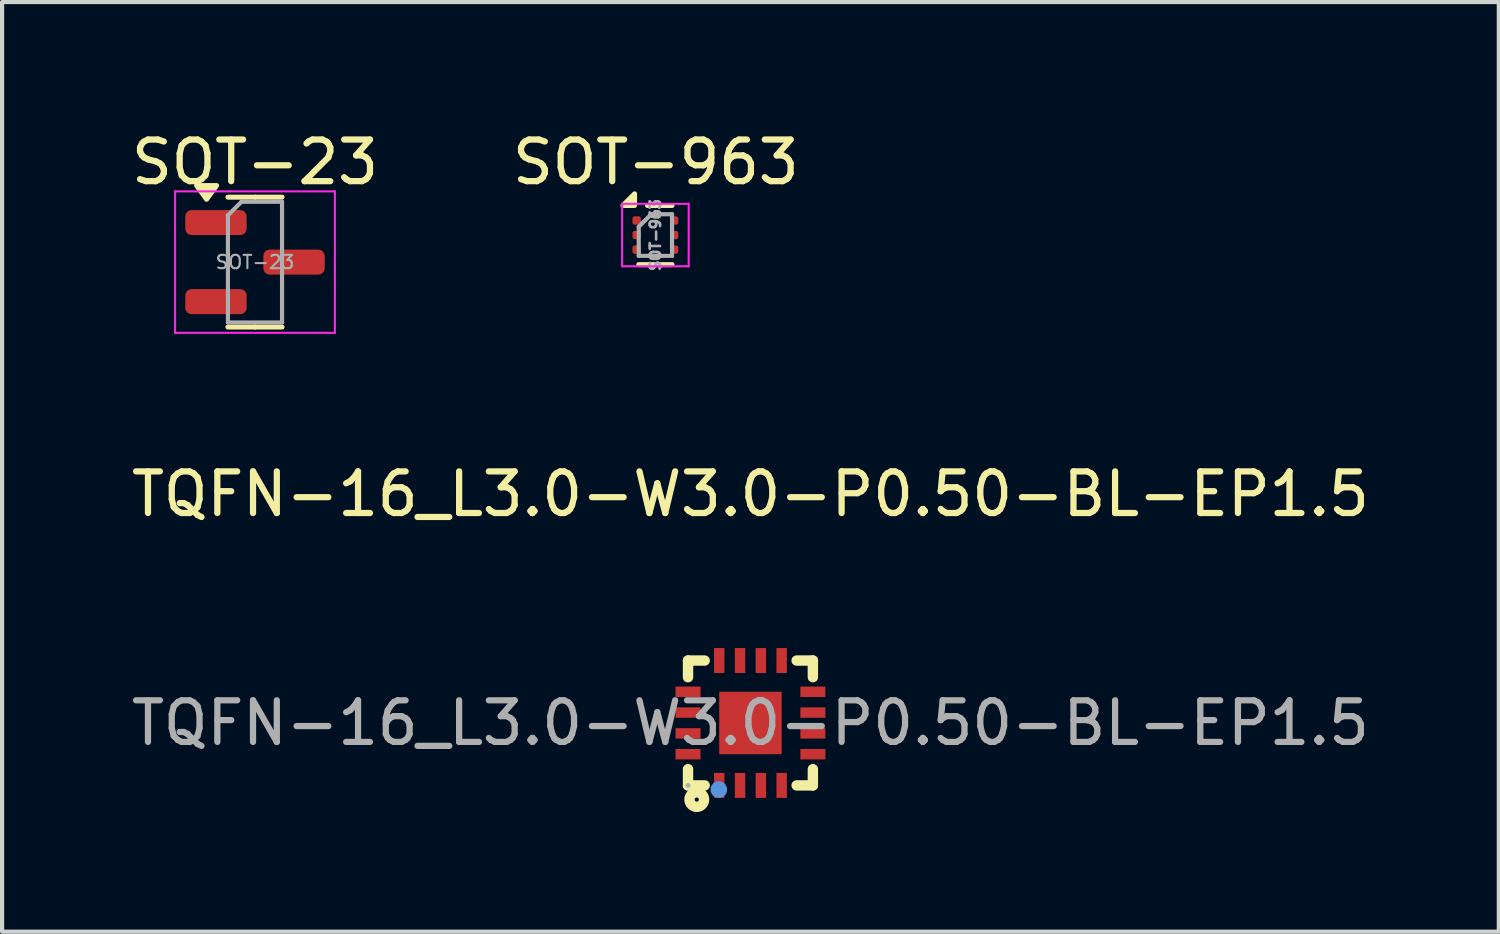
<source format=kicad_pcb>
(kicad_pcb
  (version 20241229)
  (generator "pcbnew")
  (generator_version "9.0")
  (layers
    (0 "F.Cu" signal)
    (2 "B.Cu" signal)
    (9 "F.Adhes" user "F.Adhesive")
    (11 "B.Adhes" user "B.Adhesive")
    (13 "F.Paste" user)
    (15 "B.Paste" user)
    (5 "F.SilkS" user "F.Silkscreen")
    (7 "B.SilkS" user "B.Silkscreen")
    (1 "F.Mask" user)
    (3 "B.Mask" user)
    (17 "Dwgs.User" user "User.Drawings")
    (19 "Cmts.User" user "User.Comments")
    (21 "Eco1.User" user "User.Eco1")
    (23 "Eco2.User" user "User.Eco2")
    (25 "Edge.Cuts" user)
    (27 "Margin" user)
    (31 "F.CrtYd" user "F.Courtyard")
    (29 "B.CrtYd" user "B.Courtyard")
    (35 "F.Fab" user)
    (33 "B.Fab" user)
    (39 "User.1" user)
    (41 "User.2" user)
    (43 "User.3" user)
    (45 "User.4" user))
  (footprint "SOT-963"
    (layer "F.Cu")
    (at 12.698 2.598)
    (property "Reference" "SOT-963" (at 0.01 -1.75 180) (layer "F.SilkS") (effects (font (size 1 1) (thickness 0.15))))
    (attr smd)
    (fp_line (start 0.4 -0.71) (end -0.19 -0.71) (stroke (width 0.12) (type solid)) (layer "F.SilkS"))
    (fp_line (start 0.4 0.71) (end -0.4 0.71) (stroke (width 0.12) (type solid)) (layer "F.SilkS"))
    (fp_poly (pts (xy -0.5 -0.71) (xy -0.78 -0.71) (xy -0.5 -0.99) (xy -0.5 -0.71)) (stroke (width 0.12) (type solid)) (fill yes) (layer "F.SilkS"))
    (fp_line (start -0.8 -0.75) (end 0.8 -0.75) (stroke (width 0.05) (type solid)) (layer "F.CrtYd"))
    (fp_line (start -0.8 0.75) (end -0.8 -0.75) (stroke (width 0.05) (type solid)) (layer "F.CrtYd"))
    (fp_line (start 0.8 -0.75) (end 0.8 0.75) (stroke (width 0.05) (type solid)) (layer "F.CrtYd"))
    (fp_line (start 0.8 0.75) (end -0.8 0.75) (stroke (width 0.05) (type solid)) (layer "F.CrtYd"))
    (fp_line (start -0.4 -0.2) (end -0.1 -0.5) (stroke (width 0.1) (type solid)) (layer "F.Fab"))
    (fp_line (start -0.4 0.5) (end -0.4 -0.2) (stroke (width 0.1) (type solid)) (layer "F.Fab"))
    (fp_line (start -0.1 -0.5) (end 0.4 -0.5) (stroke (width 0.1) (type solid)) (layer "F.Fab"))
    (fp_line (start 0.4 -0.5) (end 0.4 0.5) (stroke (width 0.1) (type solid)) (layer "F.Fab"))
    (fp_line (start 0.4 0.5) (end -0.4 0.5) (stroke (width 0.1) (type solid)) (layer "F.Fab"))
    (fp_text user "${REFERENCE}" (at 0 0 90) (layer "F.Fab") (effects (font (size 0.25 0.25) (thickness 0.062))))
    (pad "1" smd roundrect (at -0.45 -0.35) (size 0.2 0.2) (layers "F.Cu" "F.Mask" "F.Paste") (roundrect_rratio 0.25))
    (pad "2" smd roundrect (at -0.45 0) (size 0.2 0.2) (layers "F.Cu" "F.Mask" "F.Paste") (roundrect_rratio 0.25))
    (pad "3" smd roundrect (at -0.45 0.35) (size 0.2 0.2) (layers "F.Cu" "F.Mask" "F.Paste") (roundrect_rratio 0.25))
    (pad "4" smd roundrect (at 0.45 0.35) (size 0.2 0.2) (layers "F.Cu" "F.Mask" "F.Paste") (roundrect_rratio 0.25))
    (pad "5" smd roundrect (at 0.45 0) (size 0.2 0.2) (layers "F.Cu" "F.Mask" "F.Paste") (roundrect_rratio 0.25))
    (pad "6" smd roundrect (at 0.45 -0.35) (size 0.2 0.2) (layers "F.Cu" "F.Mask" "F.Paste") (roundrect_rratio 0.25)))
  (footprint "SOT-23"
    (layer "F.Cu")
    (at 3.077 3.248)
    (property "Reference" "SOT-23" (at 0 -2.4 180) (layer "F.SilkS") (effects (font (size 1 1) (thickness 0.15))))
    (attr smd)
    (fp_line (start 0 -1.56) (end -0.65 -1.56) (stroke (width 0.12) (type solid)) (layer "F.SilkS"))
    (fp_line (start 0 -1.56) (end 0.65 -1.56) (stroke (width 0.12) (type solid)) (layer "F.SilkS"))
    (fp_line (start 0 1.56) (end -0.65 1.56) (stroke (width 0.12) (type solid)) (layer "F.SilkS"))
    (fp_line (start 0 1.56) (end 0.65 1.56) (stroke (width 0.12) (type solid)) (layer "F.SilkS"))
    (fp_poly (pts (xy -1.163 -1.51) (xy -1.403 -1.84) (xy -0.922 -1.84) (xy -1.163 -1.51)) (stroke (width 0.12) (type solid)) (fill yes) (layer "F.SilkS"))
    (fp_line (start -1.92 -1.7) (end -1.92 1.7) (stroke (width 0.05) (type solid)) (layer "F.CrtYd"))
    (fp_line (start -1.92 1.7) (end 1.92 1.7) (stroke (width 0.05) (type solid)) (layer "F.CrtYd"))
    (fp_line (start 1.92 -1.7) (end -1.92 -1.7) (stroke (width 0.05) (type solid)) (layer "F.CrtYd"))
    (fp_line (start 1.92 1.7) (end 1.92 -1.7) (stroke (width 0.05) (type solid)) (layer "F.CrtYd"))
    (fp_line (start -0.65 -1.125) (end -0.325 -1.45) (stroke (width 0.1) (type solid)) (layer "F.Fab"))
    (fp_line (start -0.65 1.45) (end -0.65 -1.125) (stroke (width 0.1) (type solid)) (layer "F.Fab"))
    (fp_line (start -0.325 -1.45) (end 0.65 -1.45) (stroke (width 0.1) (type solid)) (layer "F.Fab"))
    (fp_line (start 0.65 -1.45) (end 0.65 1.45) (stroke (width 0.1) (type solid)) (layer "F.Fab"))
    (fp_line (start 0.65 1.45) (end -0.65 1.45) (stroke (width 0.1) (type solid)) (layer "F.Fab"))
    (fp_text user "${REFERENCE}" (at 0 0 180) (layer "F.Fab") (effects (font (size 0.32 0.32) (thickness 0.05))))
    (pad "1" smd roundrect (at -0.938 -0.95) (size 1.475 0.6) (layers "F.Cu" "F.Mask" "F.Paste") (roundrect_rratio 0.25))
    (pad "2" smd roundrect (at -0.938 0.95) (size 1.475 0.6) (layers "F.Cu" "F.Mask" "F.Paste") (roundrect_rratio 0.25))
    (pad "3" smd roundrect (at 0.938 0) (size 1.475 0.6) (layers "F.Cu" "F.Mask" "F.Paste") (roundrect_rratio 0.25)))
  (footprint "TQFN-16_L3.0-W3.0-P0.50-BL-EP1.5"
    (layer "F.Cu")
    (at 14.982 14.322)
    (property "Reference" "TQFN-16_L3.0-W3.0-P0.50-BL-EP1.5" (at 0 -5.5 0) (layer "F.SilkS") (effects (font (size 1 1) (thickness 0.15))))
    (attr smd)
    (fp_line (start -1.5 -1.5) (end -1.5 -1.1) (stroke (width 0.25) (type solid)) (layer "F.SilkS"))
    (fp_line (start -1.5 -1.5) (end -1.1 -1.5) (stroke (width 0.25) (type solid)) (layer "F.SilkS"))
    (fp_line (start -1.5 1.11) (end -1.5 1.5) (stroke (width 0.25) (type solid)) (layer "F.SilkS"))
    (fp_line (start -1.5 1.5) (end -1.1 1.5) (stroke (width 0.25) (type solid)) (layer "F.SilkS"))
    (fp_line (start 1.11 -1.5) (end 1.5 -1.5) (stroke (width 0.25) (type solid)) (layer "F.SilkS"))
    (fp_line (start 1.11 1.5) (end 1.5 1.5) (stroke (width 0.25) (type solid)) (layer "F.SilkS"))
    (fp_line (start 1.5 -1.1) (end 1.5 -1.5) (stroke (width 0.25) (type solid)) (layer "F.SilkS"))
    (fp_line (start 1.5 1.5) (end 1.5 1.11) (stroke (width 0.25) (type solid)) (layer "F.SilkS"))
    (fp_circle (center -1.29 1.84) (end -1.24 1.84) (stroke (width 0.25) (type solid)) (fill no) (layer "F.SilkS"))
    (fp_circle (center -0.76 1.6) (end -0.66 1.6) (stroke (width 0.2) (type solid)) (fill no) (layer "Cmts.User"))
    (fp_circle (center -1.5 1.5) (end -1.47 1.5) (stroke (width 0.06) (type solid)) (fill no) (layer "F.Fab"))
    (fp_text user "${REFERENCE}" (at 0 0 0) (layer "F.Fab") (effects (font (size 1 1) (thickness 0.15))))
    (pad "1" smd rect (at -0.75 1.5 180) (size 0.25 0.6) (layers "F.Cu" "F.Mask" "F.Paste"))
    (pad "2" smd rect (at -0.25 1.5 180) (size 0.25 0.6) (layers "F.Cu" "F.Mask" "F.Paste"))
    (pad "3" smd rect (at 0.25 1.5 180) (size 0.25 0.6) (layers "F.Cu" "F.Mask" "F.Paste"))
    (pad "4" smd rect (at 0.75 1.5 180) (size 0.25 0.6) (layers "F.Cu" "F.Mask" "F.Paste"))
    (pad "5" smd rect (at 1.5 0.75 270) (size 0.25 0.6) (layers "F.Cu" "F.Mask" "F.Paste"))
    (pad "6" smd rect (at 1.5 0.25 270) (size 0.25 0.6) (layers "F.Cu" "F.Mask" "F.Paste"))
    (pad "7" smd rect (at 1.5 -0.25 270) (size 0.25 0.6) (layers "F.Cu" "F.Mask" "F.Paste"))
    (pad "8" smd rect (at 1.5 -0.75 270) (size 0.25 0.6) (layers "F.Cu" "F.Mask" "F.Paste"))
    (pad "9" smd rect (at 0.75 -1.5) (size 0.25 0.6) (layers "F.Cu" "F.Mask" "F.Paste"))
    (pad "10" smd rect (at 0.25 -1.5) (size 0.25 0.6) (layers "F.Cu" "F.Mask" "F.Paste"))
    (pad "11" smd rect (at -0.25 -1.5) (size 0.25 0.6) (layers "F.Cu" "F.Mask" "F.Paste"))
    (pad "12" smd rect (at -0.75 -1.5) (size 0.25 0.6) (layers "F.Cu" "F.Mask" "F.Paste"))
    (pad "13" smd rect (at -1.5 -0.75 90) (size 0.25 0.6) (layers "F.Cu" "F.Mask" "F.Paste"))
    (pad "14" smd rect (at -1.5 -0.25 90) (size 0.25 0.6) (layers "F.Cu" "F.Mask" "F.Paste"))
    (pad "15" smd rect (at -1.5 0.25 90) (size 0.25 0.6) (layers "F.Cu" "F.Mask" "F.Paste"))
    (pad "16" smd rect (at -1.5 0.75 90) (size 0.25 0.6) (layers "F.Cu" "F.Mask" "F.Paste"))
    (pad "17" smd rect (at 0 0 90) (size 1.5 1.5) (layers "F.Cu" "F.Mask" "F.Paste")))
  (gr_rect
    (start -3 -3)
    (end 32.964 19.337)
    (stroke (width 0.1) (type default))
    (fill no)
    (layer "Edge.Cuts")))
</source>
